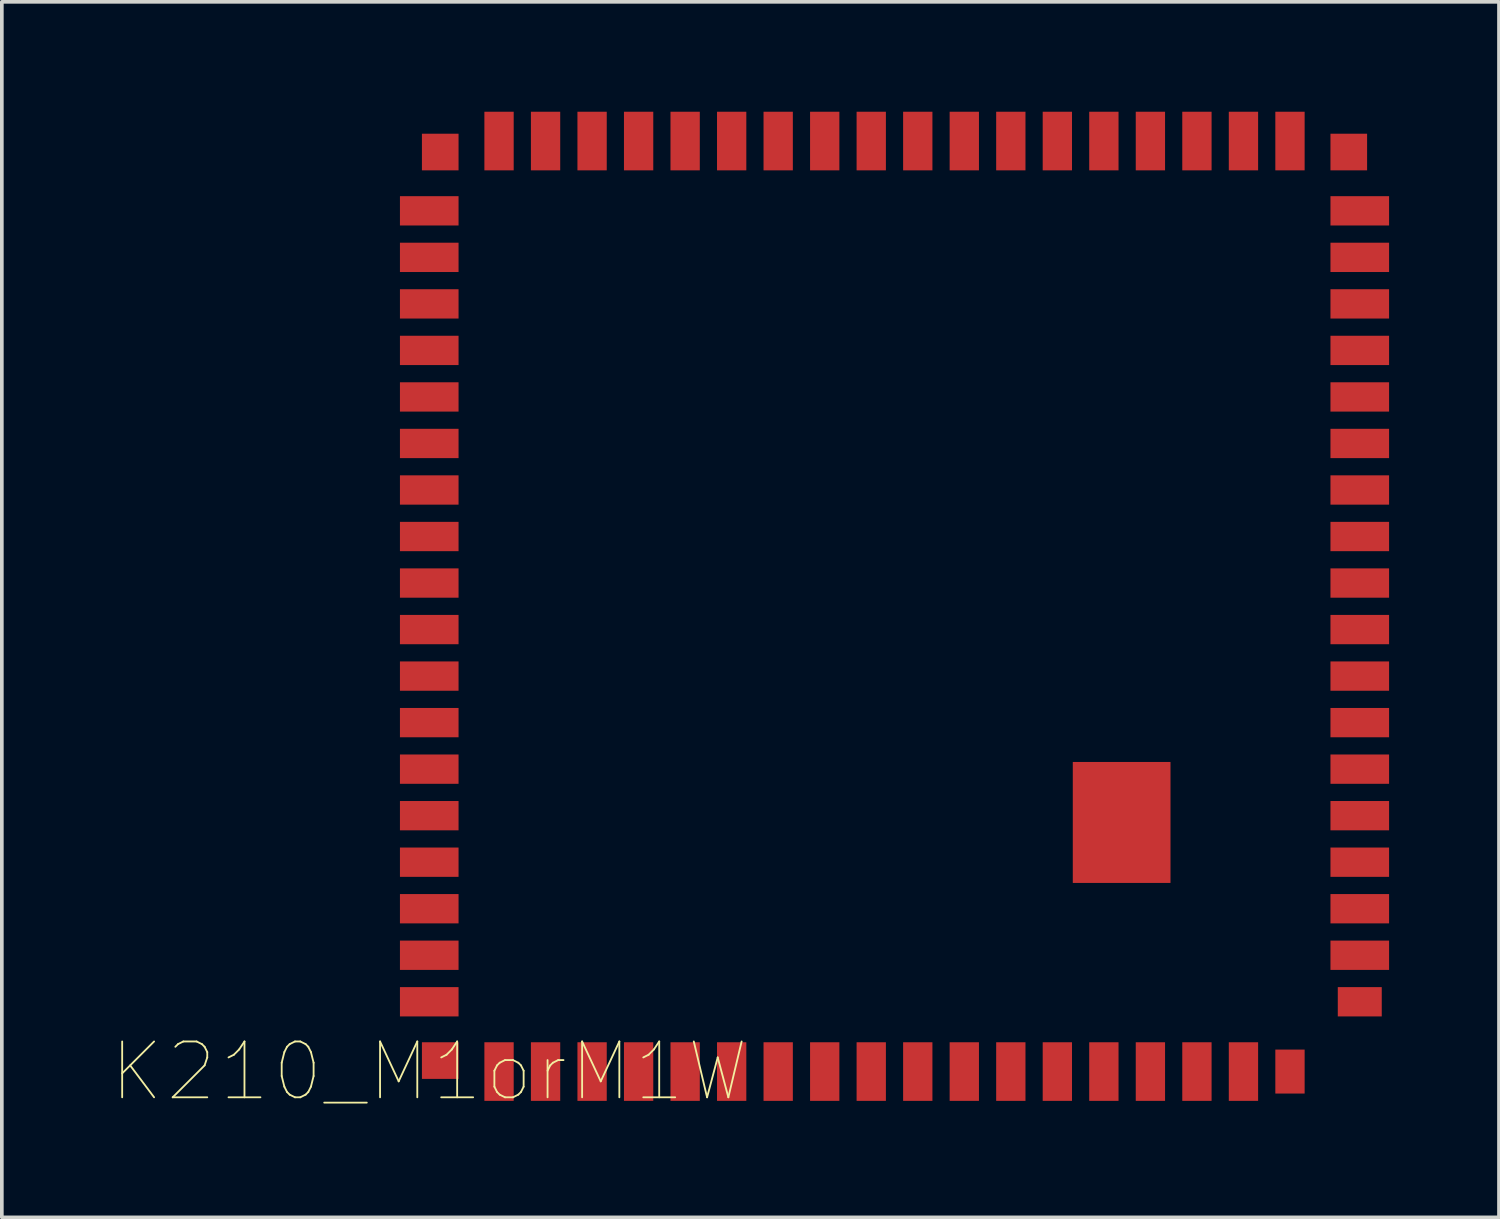
<source format=kicad_pcb>
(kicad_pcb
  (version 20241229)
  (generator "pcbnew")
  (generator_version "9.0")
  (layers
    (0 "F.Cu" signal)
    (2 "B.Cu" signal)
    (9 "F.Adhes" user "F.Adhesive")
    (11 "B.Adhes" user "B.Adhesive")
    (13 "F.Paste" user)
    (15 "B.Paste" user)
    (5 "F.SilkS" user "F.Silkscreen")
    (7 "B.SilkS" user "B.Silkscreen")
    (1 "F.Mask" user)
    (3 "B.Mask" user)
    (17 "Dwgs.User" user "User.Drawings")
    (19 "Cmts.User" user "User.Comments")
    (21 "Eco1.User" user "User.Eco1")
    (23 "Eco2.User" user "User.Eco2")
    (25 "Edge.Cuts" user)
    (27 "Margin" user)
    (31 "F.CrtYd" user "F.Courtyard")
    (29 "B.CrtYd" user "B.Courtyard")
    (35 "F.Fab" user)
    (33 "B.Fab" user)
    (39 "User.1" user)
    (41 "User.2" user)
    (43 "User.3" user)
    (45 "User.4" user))
  (footprint "K210_M1orM1W"
    (layer "F.Cu")
    (at 8.667 26.2)
    (property "Reference" "K210_M1orM1W" (at 0 0 0) (layer "F.SilkS") (effects (font (size 1.524 1.524) (thickness 0.05))))
    (attr smd)
    (pad "0" smd rect (at 0.3 -25.1 270) (size 1 1) (layers "F.Cu" "F.Mask" "F.Paste"))
    (pad "0" smd rect (at 0.3 -0.3 270) (size 1 1) (layers "F.Cu" "F.Mask" "F.Paste"))
    (pad "0" smd rect (at 18.9 -6.8 270) (size 3.302 2.667) (layers "F.Cu" "F.Mask" "F.Paste"))
    (pad "0" smd rect (at 25.1 -25.1 270) (size 1 1) (layers "F.Cu" "F.Mask" "F.Paste"))
    (pad "1" smd rect (at 25.4 -1.905 270) (size 0.8 1.2) (layers "F.Cu" "F.Mask" "F.Paste"))
    (pad "2" smd rect (at 25.4 -3.175 270) (size 0.8 1.6) (layers "F.Cu" "F.Mask" "F.Paste"))
    (pad "3" smd rect (at 25.4 -4.445 270) (size 0.8 1.6) (layers "F.Cu" "F.Mask" "F.Paste"))
    (pad "4" smd rect (at 25.4 -5.715 270) (size 0.8 1.6) (layers "F.Cu" "F.Mask" "F.Paste"))
    (pad "5" smd rect (at 25.4 -6.985 270) (size 0.8 1.6) (layers "F.Cu" "F.Mask" "F.Paste"))
    (pad "6" smd rect (at 25.4 -8.255 270) (size 0.8 1.6) (layers "F.Cu" "F.Mask" "F.Paste"))
    (pad "7" smd rect (at 25.4 -9.525 270) (size 0.8 1.6) (layers "F.Cu" "F.Mask" "F.Paste"))
    (pad "8" smd rect (at 25.4 -10.795 270) (size 0.8 1.6) (layers "F.Cu" "F.Mask" "F.Paste"))
    (pad "9" smd rect (at 25.4 -12.065 270) (size 0.8 1.6) (layers "F.Cu" "F.Mask" "F.Paste"))
    (pad "10" smd rect (at 25.4 -13.335 270) (size 0.8 1.6) (layers "F.Cu" "F.Mask" "F.Paste"))
    (pad "11" smd rect (at 25.4 -14.605 270) (size 0.8 1.6) (layers "F.Cu" "F.Mask" "F.Paste"))
    (pad "12" smd rect (at 25.4 -15.875 270) (size 0.8 1.6) (layers "F.Cu" "F.Mask" "F.Paste"))
    (pad "13" smd rect (at 25.4 -17.145 270) (size 0.8 1.6) (layers "F.Cu" "F.Mask" "F.Paste"))
    (pad "14" smd rect (at 25.4 -18.415 270) (size 0.8 1.6) (layers "F.Cu" "F.Mask" "F.Paste"))
    (pad "15" smd rect (at 25.4 -19.685 270) (size 0.8 1.6) (layers "F.Cu" "F.Mask" "F.Paste"))
    (pad "16" smd rect (at 25.4 -20.955 270) (size 0.8 1.6) (layers "F.Cu" "F.Mask" "F.Paste"))
    (pad "17" smd rect (at 25.4 -22.225 270) (size 0.8 1.6) (layers "F.Cu" "F.Mask" "F.Paste"))
    (pad "18" smd rect (at 25.4 -23.495 270) (size 0.8 1.6) (layers "F.Cu" "F.Mask" "F.Paste"))
    (pad "19" smd rect (at 23.495 -25.4) (size 0.8 1.6) (layers "F.Cu" "F.Mask" "F.Paste"))
    (pad "20" smd rect (at 22.225 -25.4) (size 0.8 1.6) (layers "F.Cu" "F.Mask" "F.Paste"))
    (pad "21" smd rect (at 20.955 -25.4) (size 0.8 1.6) (layers "F.Cu" "F.Mask" "F.Paste"))
    (pad "22" smd rect (at 19.685 -25.4) (size 0.8 1.6) (layers "F.Cu" "F.Mask" "F.Paste"))
    (pad "23" smd rect (at 18.415 -25.4) (size 0.8 1.6) (layers "F.Cu" "F.Mask" "F.Paste"))
    (pad "24" smd rect (at 17.145 -25.4) (size 0.8 1.6) (layers "F.Cu" "F.Mask" "F.Paste"))
    (pad "25" smd rect (at 15.875 -25.4) (size 0.8 1.6) (layers "F.Cu" "F.Mask" "F.Paste"))
    (pad "26" smd rect (at 14.605 -25.4) (size 0.8 1.6) (layers "F.Cu" "F.Mask" "F.Paste"))
    (pad "27" smd rect (at 13.335 -25.4) (size 0.8 1.6) (layers "F.Cu" "F.Mask" "F.Paste"))
    (pad "28" smd rect (at 12.065 -25.4) (size 0.8 1.6) (layers "F.Cu" "F.Mask" "F.Paste"))
    (pad "29" smd rect (at 10.795 -25.4) (size 0.8 1.6) (layers "F.Cu" "F.Mask" "F.Paste"))
    (pad "30" smd rect (at 9.525 -25.4) (size 0.8 1.6) (layers "F.Cu" "F.Mask" "F.Paste"))
    (pad "31" smd rect (at 8.255 -25.4) (size 0.8 1.6) (layers "F.Cu" "F.Mask" "F.Paste"))
    (pad "32" smd rect (at 6.985 -25.4) (size 0.8 1.6) (layers "F.Cu" "F.Mask" "F.Paste"))
    (pad "33" smd rect (at 5.715 -25.4) (size 0.8 1.6) (layers "F.Cu" "F.Mask" "F.Paste"))
    (pad "34" smd rect (at 4.445 -25.4) (size 0.8 1.6) (layers "F.Cu" "F.Mask" "F.Paste"))
    (pad "35" smd rect (at 3.175 -25.4) (size 0.8 1.6) (layers "F.Cu" "F.Mask" "F.Paste"))
    (pad "36" smd rect (at 1.905 -25.4) (size 0.8 1.6) (layers "F.Cu" "F.Mask" "F.Paste"))
    (pad "37" smd rect (at 0 -23.495 270) (size 0.8 1.6) (layers "F.Cu" "F.Mask" "F.Paste"))
    (pad "38" smd rect (at 0 -22.225 270) (size 0.8 1.6) (layers "F.Cu" "F.Mask" "F.Paste"))
    (pad "39" smd rect (at 0 -20.955 270) (size 0.8 1.6) (layers "F.Cu" "F.Mask" "F.Paste"))
    (pad "40" smd rect (at 0 -19.685 270) (size 0.8 1.6) (layers "F.Cu" "F.Mask" "F.Paste"))
    (pad "41" smd rect (at 0 -18.415 270) (size 0.8 1.6) (layers "F.Cu" "F.Mask" "F.Paste"))
    (pad "42" smd rect (at 0 -17.145 270) (size 0.8 1.6) (layers "F.Cu" "F.Mask" "F.Paste"))
    (pad "43" smd rect (at 0 -15.875 270) (size 0.8 1.6) (layers "F.Cu" "F.Mask" "F.Paste"))
    (pad "44" smd rect (at 0 -14.605 270) (size 0.8 1.6) (layers "F.Cu" "F.Mask" "F.Paste"))
    (pad "45" smd rect (at 0 -13.335 270) (size 0.8 1.6) (layers "F.Cu" "F.Mask" "F.Paste"))
    (pad "46" smd rect (at 0 -12.065 270) (size 0.8 1.6) (layers "F.Cu" "F.Mask" "F.Paste"))
    (pad "47" smd rect (at 0 -10.795 270) (size 0.8 1.6) (layers "F.Cu" "F.Mask" "F.Paste"))
    (pad "48" smd rect (at 0 -9.525 270) (size 0.8 1.6) (layers "F.Cu" "F.Mask" "F.Paste"))
    (pad "49" smd rect (at 0 -8.255 270) (size 0.8 1.6) (layers "F.Cu" "F.Mask" "F.Paste"))
    (pad "50" smd rect (at 0 -6.985 270) (size 0.8 1.6) (layers "F.Cu" "F.Mask" "F.Paste"))
    (pad "51" smd rect (at 0 -5.715 270) (size 0.8 1.6) (layers "F.Cu" "F.Mask" "F.Paste"))
    (pad "52" smd rect (at 0 -4.445 270) (size 0.8 1.6) (layers "F.Cu" "F.Mask" "F.Paste"))
    (pad "53" smd rect (at 0 -3.175 270) (size 0.8 1.6) (layers "F.Cu" "F.Mask" "F.Paste"))
    (pad "54" smd rect (at 0 -1.905 270) (size 0.8 1.6) (layers "F.Cu" "F.Mask" "F.Paste"))
    (pad "55" smd rect (at 1.905 0) (size 0.8 1.6) (layers "F.Cu" "F.Mask" "F.Paste"))
    (pad "56" smd rect (at 3.175 0) (size 0.8 1.6) (layers "F.Cu" "F.Mask" "F.Paste"))
    (pad "57" smd rect (at 4.445 0) (size 0.8 1.6) (layers "F.Cu" "F.Mask" "F.Paste"))
    (pad "58" smd rect (at 5.715 0) (size 0.8 1.6) (layers "F.Cu" "F.Mask" "F.Paste"))
    (pad "59" smd rect (at 6.985 0) (size 0.8 1.6) (layers "F.Cu" "F.Mask" "F.Paste"))
    (pad "60" smd rect (at 8.255 0) (size 0.8 1.6) (layers "F.Cu" "F.Mask" "F.Paste"))
    (pad "61" smd rect (at 9.525 0) (size 0.8 1.6) (layers "F.Cu" "F.Mask" "F.Paste"))
    (pad "62" smd rect (at 10.795 0) (size 0.8 1.6) (layers "F.Cu" "F.Mask" "F.Paste"))
    (pad "63" smd rect (at 12.065 0) (size 0.8 1.6) (layers "F.Cu" "F.Mask" "F.Paste"))
    (pad "64" smd rect (at 13.335 0) (size 0.8 1.6) (layers "F.Cu" "F.Mask" "F.Paste"))
    (pad "65" smd rect (at 14.605 0) (size 0.8 1.6) (layers "F.Cu" "F.Mask" "F.Paste"))
    (pad "66" smd rect (at 15.875 0) (size 0.8 1.6) (layers "F.Cu" "F.Mask" "F.Paste"))
    (pad "67" smd rect (at 17.145 0) (size 0.8 1.6) (layers "F.Cu" "F.Mask" "F.Paste"))
    (pad "68" smd rect (at 18.415 0) (size 0.8 1.6) (layers "F.Cu" "F.Mask" "F.Paste"))
    (pad "69" smd rect (at 19.685 0) (size 0.8 1.6) (layers "F.Cu" "F.Mask" "F.Paste"))
    (pad "70" smd rect (at 20.955 0) (size 0.8 1.6) (layers "F.Cu" "F.Mask" "F.Paste"))
    (pad "71" smd rect (at 22.225 0) (size 0.8 1.6) (layers "F.Cu" "F.Mask" "F.Paste"))
    (pad "72" smd rect (at 23.495 0) (size 0.8 1.2) (layers "F.Cu" "F.Mask" "F.Paste")))
  (gr_rect
    (start -3 -3)
    (end 37.867 30.179)
    (stroke (width 0.1) (type default))
    (fill no)
    (layer "Edge.Cuts")))
</source>
